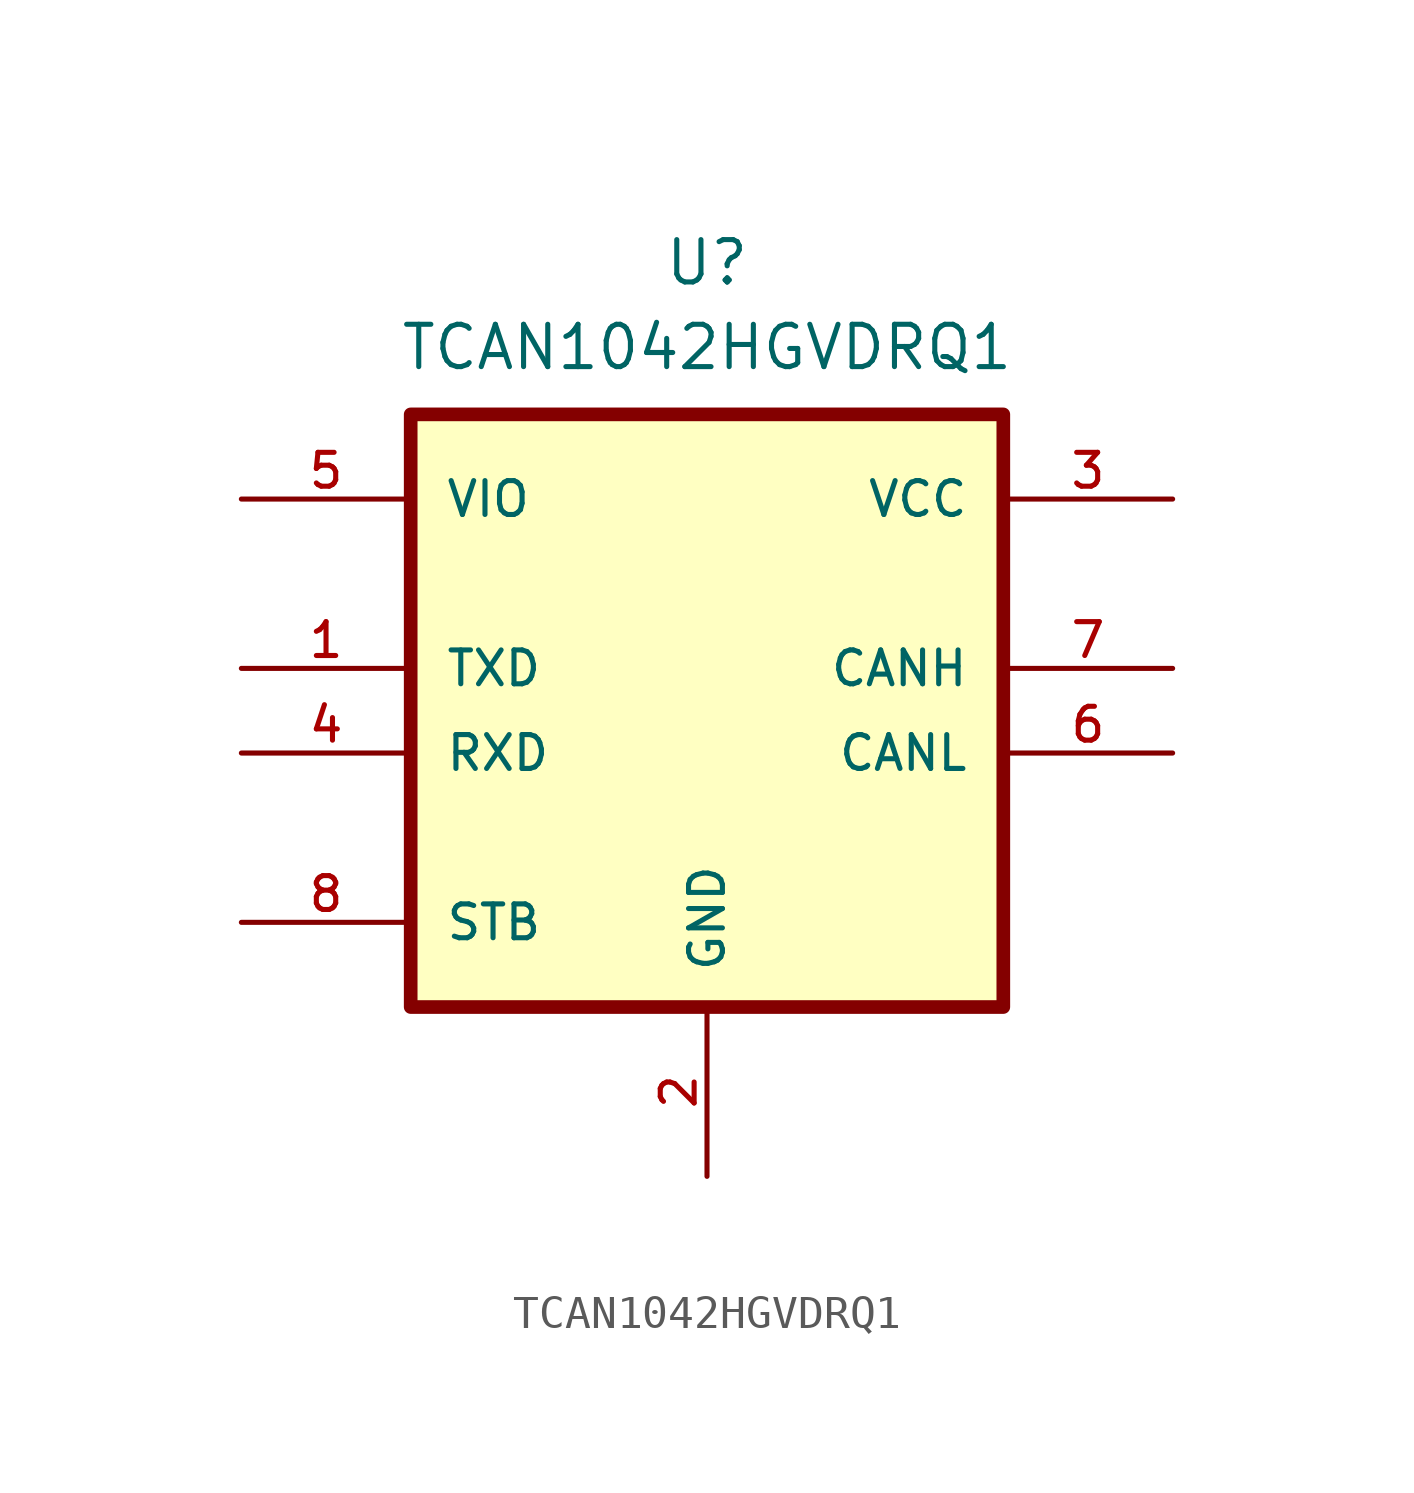
<source format=kicad_sym>
(kicad_symbol_lib
  (version 20241209)
  (generator "kicad_symbol_editor")
  (generator_version "9.0")
  (symbol "TCAN1042HGVDRQ1"
    (pin_names
      (offset 1.016))
    (property "Reference" "U"
      (at 13.97 6.35 0)
      (effects (font (size 1.27 1.27)) (justify bottom)))
    (property "Value" "TCAN1042HGVDRQ1"
      (at 13.97 3.81 0)
      (effects (font (size 1.27 1.27)) (justify bottom)))
    (symbol "TCAN1042HGVDRQ1_0_0"
      (rectangle (start 5.08 2.54) (end 22.86 -15.24) (stroke (width 0.41) (type default)) (fill (type background)))
      (pin power_in line (at 0 0 0) (length 5.08) (name "VIO" (effects (font (size 1.016 1.016)))) (number "5" (effects (font (size 1.016 1.016)))))
      (pin input line (at 0 -5.08 0) (length 5.08) (name "TXD" (effects (font (size 1.016 1.016)))) (number "1" (effects (font (size 1.016 1.016)))))
      (pin output line (at 0 -7.62 0) (length 5.08) (name "RXD" (effects (font (size 1.016 1.016)))) (number "4" (effects (font (size 1.016 1.016)))))
      (pin bidirectional line (at 0 -12.7 0) (length 5.08) (name "STB" (effects (font (size 1.016 1.016)))) (number "8" (effects (font (size 1.016 1.016)))))
      (pin power_in line (at 13.97 -20.32 90) (length 5.08) (name "GND" (effects (font (size 1.016 1.016)))) (number "2" (effects (font (size 1.016 1.016)))))
      (pin power_in line (at 27.94 0 180) (length 5.08) (name "VCC" (effects (font (size 1.016 1.016)))) (number "3" (effects (font (size 1.016 1.016)))))
      (pin bidirectional line (at 27.94 -5.08 180) (length 5.08) (name "CANH" (effects (font (size 1.016 1.016)))) (number "7" (effects (font (size 1.016 1.016)))))
      (pin bidirectional line (at 27.94 -7.62 180) (length 5.08) (name "CANL" (effects (font (size 1.016 1.016)))) (number "6" (effects (font (size 1.016 1.016))))))))
</source>
